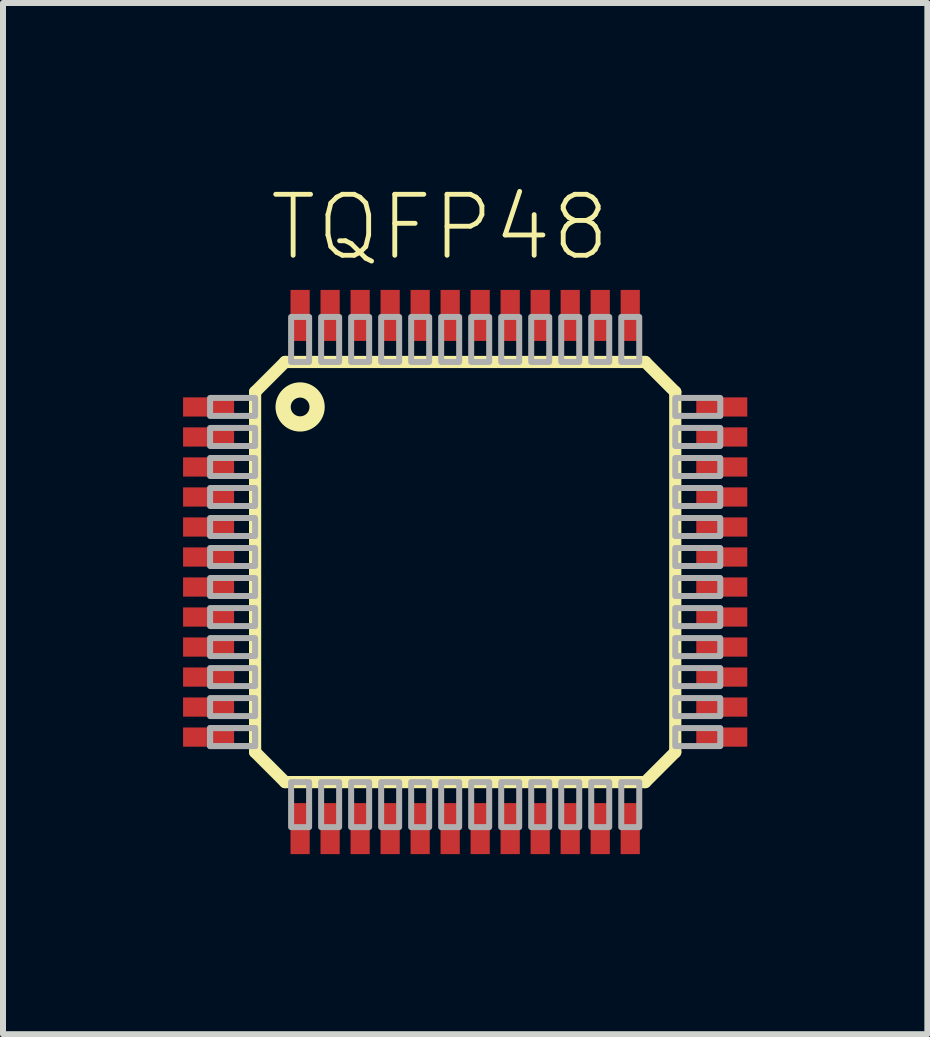
<source format=kicad_pcb>
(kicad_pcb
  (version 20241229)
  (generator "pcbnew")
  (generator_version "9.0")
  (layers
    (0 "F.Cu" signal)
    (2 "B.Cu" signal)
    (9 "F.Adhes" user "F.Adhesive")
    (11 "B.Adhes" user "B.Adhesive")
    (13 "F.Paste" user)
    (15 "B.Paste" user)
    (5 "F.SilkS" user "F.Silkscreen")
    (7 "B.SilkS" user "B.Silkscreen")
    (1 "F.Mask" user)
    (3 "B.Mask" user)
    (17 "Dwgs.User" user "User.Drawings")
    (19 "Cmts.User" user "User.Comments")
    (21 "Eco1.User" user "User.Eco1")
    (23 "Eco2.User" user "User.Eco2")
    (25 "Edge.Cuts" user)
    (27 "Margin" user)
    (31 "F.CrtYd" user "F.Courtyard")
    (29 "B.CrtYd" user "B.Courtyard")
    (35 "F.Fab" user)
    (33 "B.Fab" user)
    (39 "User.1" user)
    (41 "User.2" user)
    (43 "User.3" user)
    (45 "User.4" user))
  (footprint "TQFP48"
    (layer "F.Cu")
    (at 4.7 6.48)
    (property "Reference" "TQFP48" (at -0.423 -5.743 0) (layer "F.SilkS") (effects (font (size 1.016 1.016) (thickness 0.081))))
    (attr through_hole)
    (fp_line (start -3.5 -3) (end -3 -3.5) (stroke (width 0.203) (type solid)) (layer "F.SilkS"))
    (fp_line (start -3.5 3) (end -3.5 -3) (stroke (width 0.203) (type solid)) (layer "F.SilkS"))
    (fp_line (start -3 -3.5) (end 3 -3.5) (stroke (width 0.203) (type solid)) (layer "F.SilkS"))
    (fp_line (start -3 3.5) (end -3.5 3) (stroke (width 0.203) (type solid)) (layer "F.SilkS"))
    (fp_line (start 3 -3.5) (end 3.5 -3) (stroke (width 0.203) (type solid)) (layer "F.SilkS"))
    (fp_line (start 3 3.5) (end -3 3.5) (stroke (width 0.203) (type solid)) (layer "F.SilkS"))
    (fp_line (start 3.5 -3) (end 3.5 3) (stroke (width 0.203) (type solid)) (layer "F.SilkS"))
    (fp_line (start 3.5 3) (end 3 3.5) (stroke (width 0.203) (type solid)) (layer "F.SilkS"))
    (fp_circle (center -2.75 -2.75) (end -2.467 -2.75) (stroke (width 0.254) (type solid)) (fill no) (layer "F.SilkS"))
    (fp_poly (pts (xy -4.25 -2.9) (xy -3.5 -2.9) (xy -3.5 -2.6) (xy -4.25 -2.6)) (stroke (width 0.1) (type solid)) (fill no) (layer "F.Fab"))
    (fp_poly (pts (xy -4.25 -2.4) (xy -3.5 -2.4) (xy -3.5 -2.1) (xy -4.25 -2.1)) (stroke (width 0.1) (type solid)) (fill no) (layer "F.Fab"))
    (fp_poly (pts (xy -4.25 -1.9) (xy -3.5 -1.9) (xy -3.5 -1.6) (xy -4.25 -1.6)) (stroke (width 0.1) (type solid)) (fill no) (layer "F.Fab"))
    (fp_poly (pts (xy -4.25 -1.4) (xy -3.5 -1.4) (xy -3.5 -1.1) (xy -4.25 -1.1)) (stroke (width 0.1) (type solid)) (fill no) (layer "F.Fab"))
    (fp_poly (pts (xy -4.25 -0.9) (xy -3.5 -0.9) (xy -3.5 -0.6) (xy -4.25 -0.6)) (stroke (width 0.1) (type solid)) (fill no) (layer "F.Fab"))
    (fp_poly (pts (xy -4.25 -0.4) (xy -3.5 -0.4) (xy -3.5 -0.1) (xy -4.25 -0.1)) (stroke (width 0.1) (type solid)) (fill no) (layer "F.Fab"))
    (fp_poly (pts (xy -4.25 0.1) (xy -3.5 0.1) (xy -3.5 0.4) (xy -4.25 0.4)) (stroke (width 0.1) (type solid)) (fill no) (layer "F.Fab"))
    (fp_poly (pts (xy -4.25 0.6) (xy -3.5 0.6) (xy -3.5 0.9) (xy -4.25 0.9)) (stroke (width 0.1) (type solid)) (fill no) (layer "F.Fab"))
    (fp_poly (pts (xy -4.25 1.1) (xy -3.5 1.1) (xy -3.5 1.4) (xy -4.25 1.4)) (stroke (width 0.1) (type solid)) (fill no) (layer "F.Fab"))
    (fp_poly (pts (xy -4.25 1.6) (xy -3.5 1.6) (xy -3.5 1.9) (xy -4.25 1.9)) (stroke (width 0.1) (type solid)) (fill no) (layer "F.Fab"))
    (fp_poly (pts (xy -4.25 2.1) (xy -3.5 2.1) (xy -3.5 2.4) (xy -4.25 2.4)) (stroke (width 0.1) (type solid)) (fill no) (layer "F.Fab"))
    (fp_poly (pts (xy -4.25 2.6) (xy -3.5 2.6) (xy -3.5 2.9) (xy -4.25 2.9)) (stroke (width 0.1) (type solid)) (fill no) (layer "F.Fab"))
    (fp_poly (pts (xy -4.25 2.6) (xy -3.5 2.6) (xy -3.5 2.9) (xy -4.25 2.9)) (stroke (width 0.1) (type solid)) (fill no) (layer "F.Fab"))
    (fp_poly (pts (xy -2.9 -4.25) (xy -2.6 -4.25) (xy -2.6 -3.5) (xy -2.9 -3.5)) (stroke (width 0.1) (type solid)) (fill no) (layer "F.Fab"))
    (fp_poly (pts (xy -2.9 3.5) (xy -2.6 3.5) (xy -2.6 4.25) (xy -2.9 4.25)) (stroke (width 0.1) (type solid)) (fill no) (layer "F.Fab"))
    (fp_poly (pts (xy -2.4 -4.25) (xy -2.1 -4.25) (xy -2.1 -3.5) (xy -2.4 -3.5)) (stroke (width 0.1) (type solid)) (fill no) (layer "F.Fab"))
    (fp_poly (pts (xy -2.4 3.5) (xy -2.1 3.5) (xy -2.1 4.25) (xy -2.4 4.25)) (stroke (width 0.1) (type solid)) (fill no) (layer "F.Fab"))
    (fp_poly (pts (xy -1.9 -4.25) (xy -1.6 -4.25) (xy -1.6 -3.5) (xy -1.9 -3.5)) (stroke (width 0.1) (type solid)) (fill no) (layer "F.Fab"))
    (fp_poly (pts (xy -1.9 3.5) (xy -1.6 3.5) (xy -1.6 4.25) (xy -1.9 4.25)) (stroke (width 0.1) (type solid)) (fill no) (layer "F.Fab"))
    (fp_poly (pts (xy -1.4 -4.25) (xy -1.1 -4.25) (xy -1.1 -3.5) (xy -1.4 -3.5)) (stroke (width 0.1) (type solid)) (fill no) (layer "F.Fab"))
    (fp_poly (pts (xy -1.4 3.5) (xy -1.1 3.5) (xy -1.1 4.25) (xy -1.4 4.25)) (stroke (width 0.1) (type solid)) (fill no) (layer "F.Fab"))
    (fp_poly (pts (xy -0.9 -4.25) (xy -0.6 -4.25) (xy -0.6 -3.5) (xy -0.9 -3.5)) (stroke (width 0.1) (type solid)) (fill no) (layer "F.Fab"))
    (fp_poly (pts (xy -0.9 3.5) (xy -0.6 3.5) (xy -0.6 4.25) (xy -0.9 4.25)) (stroke (width 0.1) (type solid)) (fill no) (layer "F.Fab"))
    (fp_poly (pts (xy -0.4 -4.25) (xy -0.1 -4.25) (xy -0.1 -3.5) (xy -0.4 -3.5)) (stroke (width 0.1) (type solid)) (fill no) (layer "F.Fab"))
    (fp_poly (pts (xy -0.4 3.5) (xy -0.1 3.5) (xy -0.1 4.25) (xy -0.4 4.25)) (stroke (width 0.1) (type solid)) (fill no) (layer "F.Fab"))
    (fp_poly (pts (xy 0.1 -4.25) (xy 0.4 -4.25) (xy 0.4 -3.5) (xy 0.1 -3.5)) (stroke (width 0.1) (type solid)) (fill no) (layer "F.Fab"))
    (fp_poly (pts (xy 0.1 3.5) (xy 0.4 3.5) (xy 0.4 4.25) (xy 0.1 4.25)) (stroke (width 0.1) (type solid)) (fill no) (layer "F.Fab"))
    (fp_poly (pts (xy 0.6 -4.25) (xy 0.9 -4.25) (xy 0.9 -3.5) (xy 0.6 -3.5)) (stroke (width 0.1) (type solid)) (fill no) (layer "F.Fab"))
    (fp_poly (pts (xy 0.6 3.5) (xy 0.9 3.5) (xy 0.9 4.25) (xy 0.6 4.25)) (stroke (width 0.1) (type solid)) (fill no) (layer "F.Fab"))
    (fp_poly (pts (xy 1.1 -4.25) (xy 1.4 -4.25) (xy 1.4 -3.5) (xy 1.1 -3.5)) (stroke (width 0.1) (type solid)) (fill no) (layer "F.Fab"))
    (fp_poly (pts (xy 1.1 3.5) (xy 1.4 3.5) (xy 1.4 4.25) (xy 1.1 4.25)) (stroke (width 0.1) (type solid)) (fill no) (layer "F.Fab"))
    (fp_poly (pts (xy 1.6 -4.25) (xy 1.9 -4.25) (xy 1.9 -3.5) (xy 1.6 -3.5)) (stroke (width 0.1) (type solid)) (fill no) (layer "F.Fab"))
    (fp_poly (pts (xy 1.6 3.5) (xy 1.9 3.5) (xy 1.9 4.25) (xy 1.6 4.25)) (stroke (width 0.1) (type solid)) (fill no) (layer "F.Fab"))
    (fp_poly (pts (xy 2.1 -4.25) (xy 2.4 -4.25) (xy 2.4 -3.5) (xy 2.1 -3.5)) (stroke (width 0.1) (type solid)) (fill no) (layer "F.Fab"))
    (fp_poly (pts (xy 2.1 3.5) (xy 2.4 3.5) (xy 2.4 4.25) (xy 2.1 4.25)) (stroke (width 0.1) (type solid)) (fill no) (layer "F.Fab"))
    (fp_poly (pts (xy 2.6 -4.25) (xy 2.9 -4.25) (xy 2.9 -3.5) (xy 2.6 -3.5)) (stroke (width 0.1) (type solid)) (fill no) (layer "F.Fab"))
    (fp_poly (pts (xy 2.6 3.5) (xy 2.9 3.5) (xy 2.9 4.25) (xy 2.6 4.25)) (stroke (width 0.1) (type solid)) (fill no) (layer "F.Fab"))
    (fp_poly (pts (xy 3.5 -2.9) (xy 4.25 -2.9) (xy 4.25 -2.6) (xy 3.5 -2.6)) (stroke (width 0.1) (type solid)) (fill no) (layer "F.Fab"))
    (fp_poly (pts (xy 3.5 -2.4) (xy 4.25 -2.4) (xy 4.25 -2.1) (xy 3.5 -2.1)) (stroke (width 0.1) (type solid)) (fill no) (layer "F.Fab"))
    (fp_poly (pts (xy 3.5 -1.9) (xy 4.25 -1.9) (xy 4.25 -1.6) (xy 3.5 -1.6)) (stroke (width 0.1) (type solid)) (fill no) (layer "F.Fab"))
    (fp_poly (pts (xy 3.5 -1.4) (xy 4.25 -1.4) (xy 4.25 -1.1) (xy 3.5 -1.1)) (stroke (width 0.1) (type solid)) (fill no) (layer "F.Fab"))
    (fp_poly (pts (xy 3.5 -0.9) (xy 4.25 -0.9) (xy 4.25 -0.6) (xy 3.5 -0.6)) (stroke (width 0.1) (type solid)) (fill no) (layer "F.Fab"))
    (fp_poly (pts (xy 3.5 -0.4) (xy 4.25 -0.4) (xy 4.25 -0.1) (xy 3.5 -0.1)) (stroke (width 0.1) (type solid)) (fill no) (layer "F.Fab"))
    (fp_poly (pts (xy 3.5 0.1) (xy 4.25 0.1) (xy 4.25 0.4) (xy 3.5 0.4)) (stroke (width 0.1) (type solid)) (fill no) (layer "F.Fab"))
    (fp_poly (pts (xy 3.5 0.6) (xy 4.25 0.6) (xy 4.25 0.9) (xy 3.5 0.9)) (stroke (width 0.1) (type solid)) (fill no) (layer "F.Fab"))
    (fp_poly (pts (xy 3.5 1.1) (xy 4.25 1.1) (xy 4.25 1.4) (xy 3.5 1.4)) (stroke (width 0.1) (type solid)) (fill no) (layer "F.Fab"))
    (fp_poly (pts (xy 3.5 1.6) (xy 4.25 1.6) (xy 4.25 1.9) (xy 3.5 1.9)) (stroke (width 0.1) (type solid)) (fill no) (layer "F.Fab"))
    (fp_poly (pts (xy 3.5 2.1) (xy 4.25 2.1) (xy 4.25 2.4) (xy 3.5 2.4)) (stroke (width 0.1) (type solid)) (fill no) (layer "F.Fab"))
    (fp_poly (pts (xy 3.5 2.6) (xy 4.25 2.6) (xy 4.25 2.9) (xy 3.5 2.9)) (stroke (width 0.1) (type solid)) (fill no) (layer "F.Fab"))
    (pad "1" smd rect (at -4.275 -2.75) (size 0.85 0.32) (layers "F.Cu" "F.Mask" "F.Paste"))
    (pad "2" smd rect (at -4.275 -2.25) (size 0.85 0.32) (layers "F.Cu" "F.Mask" "F.Paste"))
    (pad "3" smd rect (at -4.275 -1.75) (size 0.85 0.32) (layers "F.Cu" "F.Mask" "F.Paste"))
    (pad "4" smd rect (at -4.275 -1.25) (size 0.85 0.32) (layers "F.Cu" "F.Mask" "F.Paste"))
    (pad "5" smd rect (at -4.275 -0.75) (size 0.85 0.32) (layers "F.Cu" "F.Mask" "F.Paste"))
    (pad "6" smd rect (at -4.275 -0.25) (size 0.85 0.32) (layers "F.Cu" "F.Mask" "F.Paste"))
    (pad "7" smd rect (at -4.275 0.25) (size 0.85 0.32) (layers "F.Cu" "F.Mask" "F.Paste"))
    (pad "8" smd rect (at -4.275 0.75) (size 0.85 0.32) (layers "F.Cu" "F.Mask" "F.Paste"))
    (pad "9" smd rect (at -4.275 1.25) (size 0.85 0.32) (layers "F.Cu" "F.Mask" "F.Paste"))
    (pad "10" smd rect (at -4.275 1.75) (size 0.85 0.32) (layers "F.Cu" "F.Mask" "F.Paste"))
    (pad "11" smd rect (at -4.275 2.25) (size 0.85 0.32) (layers "F.Cu" "F.Mask" "F.Paste"))
    (pad "12" smd rect (at -4.275 2.75) (size 0.85 0.32) (layers "F.Cu" "F.Mask" "F.Paste"))
    (pad "13" smd rect (at -2.75 4.275) (size 0.32 0.85) (layers "F.Cu" "F.Mask" "F.Paste"))
    (pad "14" smd rect (at -2.25 4.275) (size 0.32 0.85) (layers "F.Cu" "F.Mask" "F.Paste"))
    (pad "15" smd rect (at -1.75 4.275) (size 0.32 0.85) (layers "F.Cu" "F.Mask" "F.Paste"))
    (pad "16" smd rect (at -1.25 4.275) (size 0.32 0.85) (layers "F.Cu" "F.Mask" "F.Paste"))
    (pad "17" smd rect (at -0.75 4.275) (size 0.32 0.85) (layers "F.Cu" "F.Mask" "F.Paste"))
    (pad "18" smd rect (at -0.25 4.275) (size 0.32 0.85) (layers "F.Cu" "F.Mask" "F.Paste"))
    (pad "19" smd rect (at 0.25 4.275) (size 0.32 0.85) (layers "F.Cu" "F.Mask" "F.Paste"))
    (pad "20" smd rect (at 0.75 4.275) (size 0.32 0.85) (layers "F.Cu" "F.Mask" "F.Paste"))
    (pad "21" smd rect (at 1.25 4.275) (size 0.32 0.85) (layers "F.Cu" "F.Mask" "F.Paste"))
    (pad "22" smd rect (at 1.75 4.275) (size 0.32 0.85) (layers "F.Cu" "F.Mask" "F.Paste"))
    (pad "23" smd rect (at 2.25 4.275) (size 0.32 0.85) (layers "F.Cu" "F.Mask" "F.Paste"))
    (pad "24" smd rect (at 2.75 4.275) (size 0.32 0.85) (layers "F.Cu" "F.Mask" "F.Paste"))
    (pad "25" smd rect (at 4.275 2.75) (size 0.85 0.32) (layers "F.Cu" "F.Mask" "F.Paste"))
    (pad "26" smd rect (at 4.275 2.25) (size 0.85 0.32) (layers "F.Cu" "F.Mask" "F.Paste"))
    (pad "27" smd rect (at 4.275 1.75) (size 0.85 0.32) (layers "F.Cu" "F.Mask" "F.Paste"))
    (pad "28" smd rect (at 4.275 1.25) (size 0.85 0.32) (layers "F.Cu" "F.Mask" "F.Paste"))
    (pad "29" smd rect (at 4.275 0.75) (size 0.85 0.32) (layers "F.Cu" "F.Mask" "F.Paste"))
    (pad "30" smd rect (at 4.275 0.25) (size 0.85 0.32) (layers "F.Cu" "F.Mask" "F.Paste"))
    (pad "31" smd rect (at 4.275 -0.25) (size 0.85 0.32) (layers "F.Cu" "F.Mask" "F.Paste"))
    (pad "32" smd rect (at 4.275 -0.75) (size 0.85 0.32) (layers "F.Cu" "F.Mask" "F.Paste"))
    (pad "33" smd rect (at 4.275 -1.25) (size 0.85 0.32) (layers "F.Cu" "F.Mask" "F.Paste"))
    (pad "34" smd rect (at 4.275 -1.75) (size 0.85 0.32) (layers "F.Cu" "F.Mask" "F.Paste"))
    (pad "35" smd rect (at 4.275 -2.25) (size 0.85 0.32) (layers "F.Cu" "F.Mask" "F.Paste"))
    (pad "36" smd rect (at 4.275 -2.75) (size 0.85 0.32) (layers "F.Cu" "F.Mask" "F.Paste"))
    (pad "37" smd rect (at 2.75 -4.275) (size 0.32 0.85) (layers "F.Cu" "F.Mask" "F.Paste"))
    (pad "38" smd rect (at 2.25 -4.275) (size 0.32 0.85) (layers "F.Cu" "F.Mask" "F.Paste"))
    (pad "39" smd rect (at 1.75 -4.275) (size 0.32 0.85) (layers "F.Cu" "F.Mask" "F.Paste"))
    (pad "40" smd rect (at 1.25 -4.275) (size 0.32 0.85) (layers "F.Cu" "F.Mask" "F.Paste"))
    (pad "41" smd rect (at 0.75 -4.275) (size 0.32 0.85) (layers "F.Cu" "F.Mask" "F.Paste"))
    (pad "42" smd rect (at 0.25 -4.275) (size 0.32 0.85) (layers "F.Cu" "F.Mask" "F.Paste"))
    (pad "43" smd rect (at -0.25 -4.275) (size 0.32 0.85) (layers "F.Cu" "F.Mask" "F.Paste"))
    (pad "44" smd rect (at -0.75 -4.275) (size 0.32 0.85) (layers "F.Cu" "F.Mask" "F.Paste"))
    (pad "45" smd rect (at -1.25 -4.275) (size 0.32 0.85) (layers "F.Cu" "F.Mask" "F.Paste"))
    (pad "46" smd rect (at -1.75 -4.275) (size 0.32 0.85) (layers "F.Cu" "F.Mask" "F.Paste"))
    (pad "47" smd rect (at -2.25 -4.275) (size 0.32 0.85) (layers "F.Cu" "F.Mask" "F.Paste"))
    (pad "48" smd rect (at -2.75 -4.275) (size 0.32 0.85) (layers "F.Cu" "F.Mask" "F.Paste")))
  (gr_rect
    (start -3 -3)
    (end 12.4 14.18)
    (stroke (width 0.1) (type default))
    (fill no)
    (layer "Edge.Cuts")))
</source>
